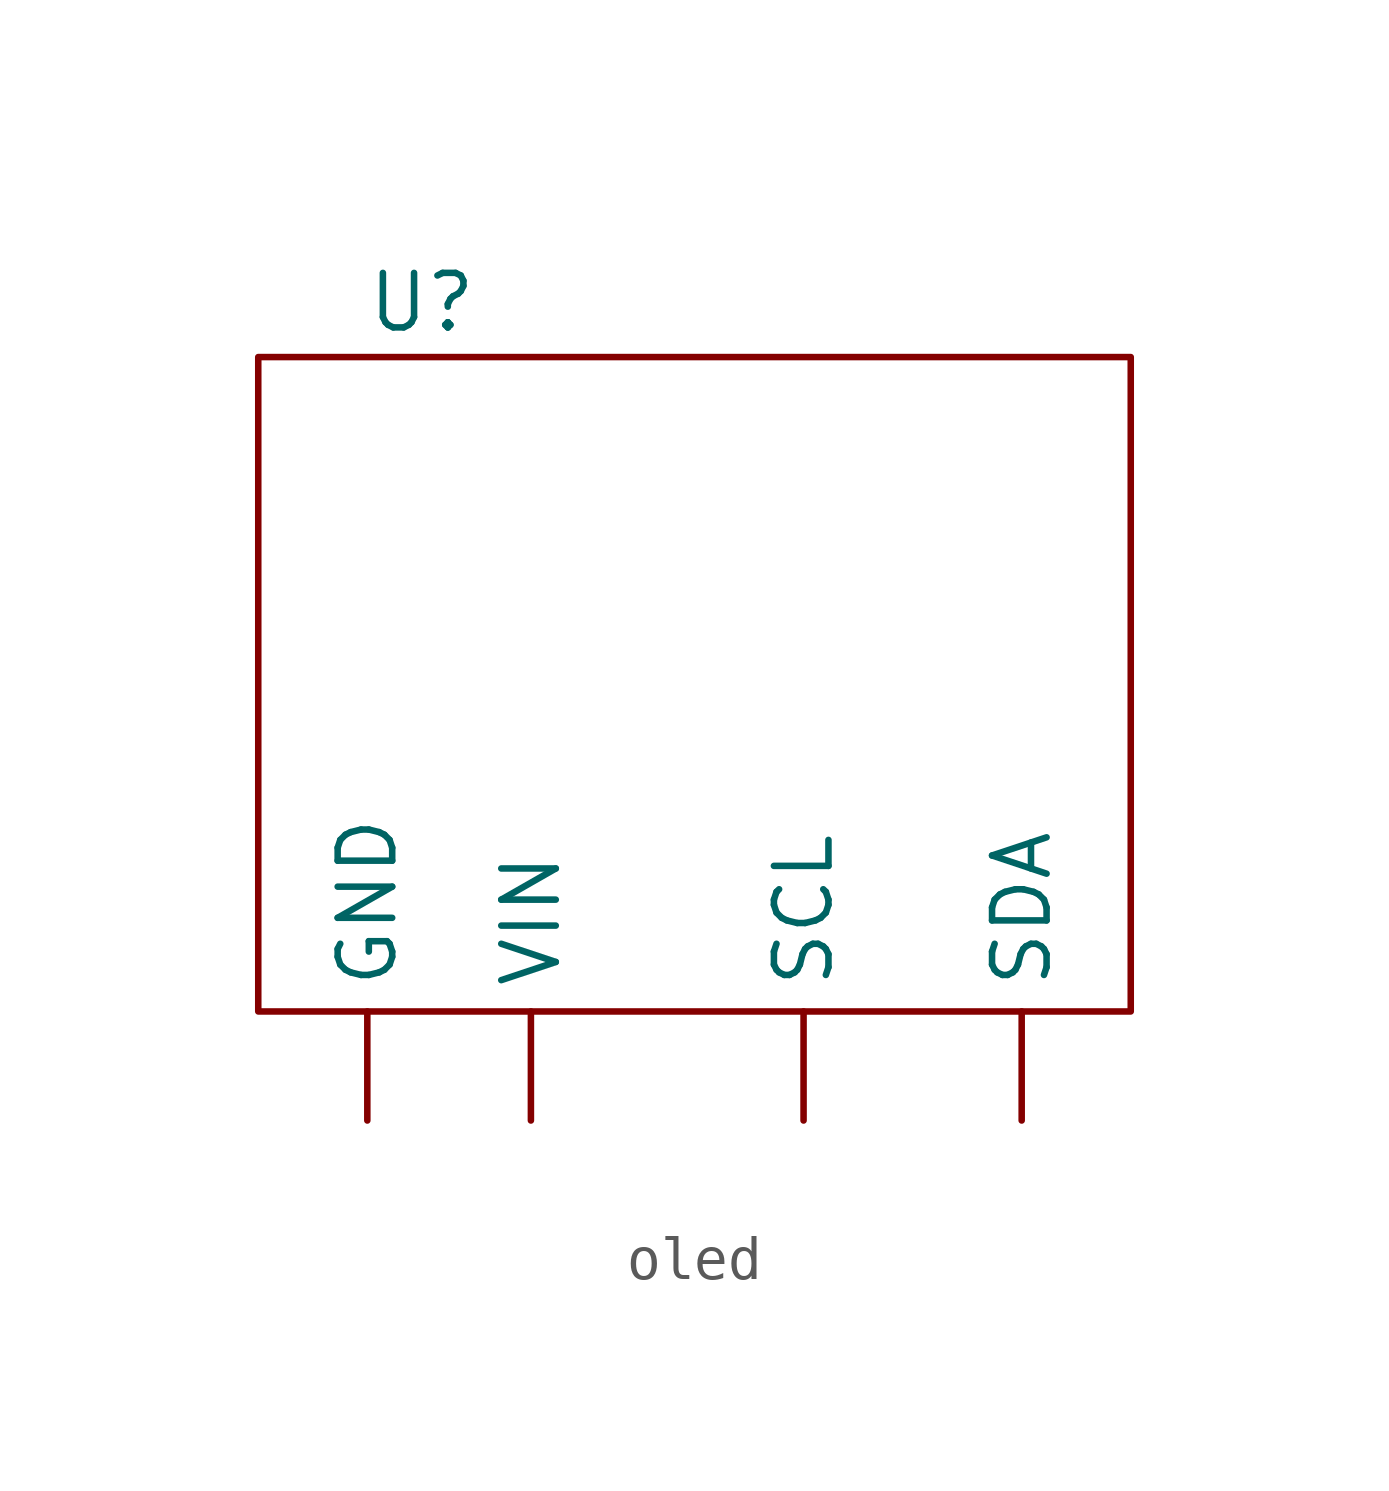
<source format=kicad_sym>
(kicad_symbol_lib
  (version 20231120)
  (generator "kicad_symbol_editor")
  (generator_version "8.0")
  (symbol "oled"
    (property "Reference" "U"
      (at 0 0 0)
      (effects (font (size 1.27 1.27))))
    (property "Value" ""
      (at 0 0 0)
      (effects (font (size 1.27 1.27))))
    (symbol "oled_0_1"
      (rectangle (start -3.81 -1.27) (end 16.51 -16.51) (stroke (width 0) (type default)) (fill (type none))))
    (symbol "oled_1_1"
      (pin input line (at -1.27 -19.05 90) (length 2.54) (name "GND" (effects (font (size 1.27 1.27)))) (number "" (effects (font (size 1.27 1.27)))))
      (pin input line (at 8.89 -19.05 90) (length 2.54) (name "SCL" (effects (font (size 1.27 1.27)))) (number "" (effects (font (size 1.27 1.27)))))
      (pin input line (at 13.97 -19.05 90) (length 2.54) (name "SDA" (effects (font (size 1.27 1.27)))) (number "" (effects (font (size 1.27 1.27)))))
      (pin input line (at 2.54 -19.05 90) (length 2.54) (name "VIN" (effects (font (size 1.27 1.27)))) (number "" (effects (font (size 1.27 1.27))))))))
</source>
